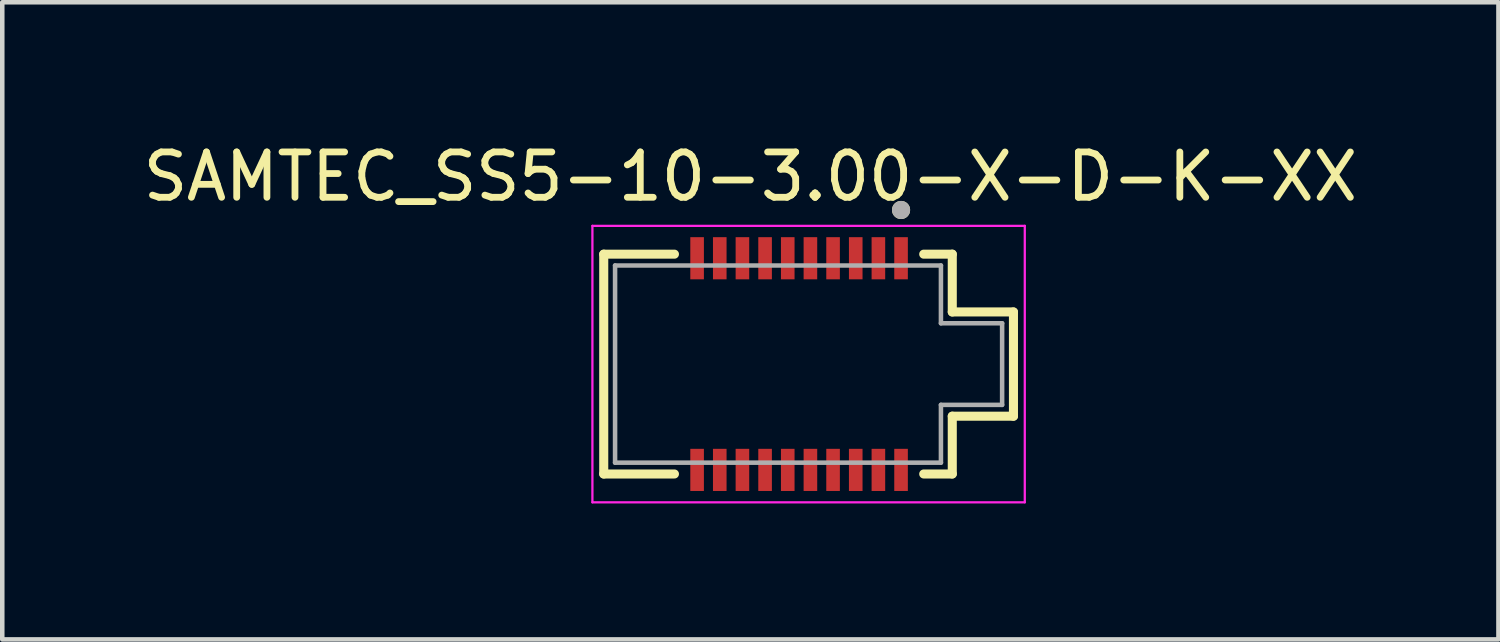
<source format=kicad_pcb>
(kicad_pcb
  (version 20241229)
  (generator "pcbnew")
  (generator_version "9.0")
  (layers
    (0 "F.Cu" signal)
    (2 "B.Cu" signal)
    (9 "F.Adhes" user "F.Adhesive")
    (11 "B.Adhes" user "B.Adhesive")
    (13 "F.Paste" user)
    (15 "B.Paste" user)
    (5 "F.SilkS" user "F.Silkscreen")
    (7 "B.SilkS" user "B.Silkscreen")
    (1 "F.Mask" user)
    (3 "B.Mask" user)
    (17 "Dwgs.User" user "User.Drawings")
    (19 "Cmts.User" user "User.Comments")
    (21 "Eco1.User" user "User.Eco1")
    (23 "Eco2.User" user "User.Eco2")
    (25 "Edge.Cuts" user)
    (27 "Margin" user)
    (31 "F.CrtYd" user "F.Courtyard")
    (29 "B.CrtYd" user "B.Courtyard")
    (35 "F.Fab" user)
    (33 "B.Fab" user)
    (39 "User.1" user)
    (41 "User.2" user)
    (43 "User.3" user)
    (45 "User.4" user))
  (footprint "SAMTEC_SS5-10-3.00-X-D-K-XX"
    (layer "F.Cu")
    (at 14.581 4.983)
    (property "Reference" "SAMTEC_SS5-10-3.00-X-D-K-XX" (at -1.075 -4.135 0) (layer "F.SilkS") (effects (font (size 1 1) (thickness 0.15))))
    (attr through_hole)
    (fp_line (start -4.31 -2.425) (end -2.75 -2.425) (stroke (width 0.2) (type solid)) (layer "F.SilkS"))
    (fp_line (start -4.31 2.425) (end -4.31 -2.425) (stroke (width 0.2) (type solid)) (layer "F.SilkS"))
    (fp_line (start -2.75 2.425) (end -4.31 2.425) (stroke (width 0.2) (type solid)) (layer "F.SilkS"))
    (fp_line (start 2.75 -2.425) (end 3.38 -2.425) (stroke (width 0.2) (type solid)) (layer "F.SilkS"))
    (fp_line (start 3.38 -2.425) (end 3.38 -1.15) (stroke (width 0.2) (type solid)) (layer "F.SilkS"))
    (fp_line (start 3.38 -1.15) (end 4.73 -1.15) (stroke (width 0.2) (type solid)) (layer "F.SilkS"))
    (fp_line (start 3.38 1.15) (end 3.38 2.425) (stroke (width 0.2) (type solid)) (layer "F.SilkS"))
    (fp_line (start 3.38 2.425) (end 2.75 2.425) (stroke (width 0.2) (type solid)) (layer "F.SilkS"))
    (fp_line (start 4.73 -1.15) (end 4.73 1.15) (stroke (width 0.2) (type solid)) (layer "F.SilkS"))
    (fp_line (start 4.73 1.15) (end 3.38 1.15) (stroke (width 0.2) (type solid)) (layer "F.SilkS"))
    (fp_circle (center 2.25 -3.4) (end 2.35 -3.4) (stroke (width 0.2) (type solid)) (fill no) (layer "F.SilkS"))
    (fp_line (start -4.56 -3.05) (end 4.98 -3.05) (stroke (width 0.05) (type solid)) (layer "F.CrtYd"))
    (fp_line (start -4.56 3.05) (end -4.56 -3.05) (stroke (width 0.05) (type solid)) (layer "F.CrtYd"))
    (fp_line (start 4.98 -3.05) (end 4.98 3.05) (stroke (width 0.05) (type solid)) (layer "F.CrtYd"))
    (fp_line (start 4.98 3.05) (end -4.56 3.05) (stroke (width 0.05) (type solid)) (layer "F.CrtYd"))
    (fp_line (start -4.06 -2.175) (end 3.13 -2.175) (stroke (width 0.1) (type solid)) (layer "F.Fab"))
    (fp_line (start -4.06 2.175) (end -4.06 -2.175) (stroke (width 0.1) (type solid)) (layer "F.Fab"))
    (fp_line (start 3.13 -2.175) (end 3.13 -0.9) (stroke (width 0.1) (type solid)) (layer "F.Fab"))
    (fp_line (start 3.13 -0.9) (end 4.48 -0.9) (stroke (width 0.1) (type solid)) (layer "F.Fab"))
    (fp_line (start 3.13 0.9) (end 3.13 2.175) (stroke (width 0.1) (type solid)) (layer "F.Fab"))
    (fp_line (start 3.13 2.175) (end -4.06 2.175) (stroke (width 0.1) (type solid)) (layer "F.Fab"))
    (fp_line (start 4.48 -0.9) (end 4.48 0.9) (stroke (width 0.1) (type solid)) (layer "F.Fab"))
    (fp_line (start 4.48 0.9) (end 3.13 0.9) (stroke (width 0.1) (type solid)) (layer "F.Fab"))
    (fp_circle (center 2.25 -3.4) (end 2.35 -3.4) (stroke (width 0.2) (type solid)) (fill no) (layer "F.Fab"))
    (pad "01" smd rect (at 2.25 -2.335) (size 0.3 0.93) (layers "F.Cu" "F.Mask" "F.Paste"))
    (pad "02" smd rect (at 2.25 2.335) (size 0.3 0.93) (layers "F.Cu" "F.Mask" "F.Paste"))
    (pad "03" smd rect (at 1.75 -2.335) (size 0.3 0.93) (layers "F.Cu" "F.Mask" "F.Paste"))
    (pad "04" smd rect (at 1.75 2.335) (size 0.3 0.93) (layers "F.Cu" "F.Mask" "F.Paste"))
    (pad "05" smd rect (at 1.25 -2.335) (size 0.3 0.93) (layers "F.Cu" "F.Mask" "F.Paste"))
    (pad "06" smd rect (at 1.25 2.335) (size 0.3 0.93) (layers "F.Cu" "F.Mask" "F.Paste"))
    (pad "07" smd rect (at 0.75 -2.335) (size 0.3 0.93) (layers "F.Cu" "F.Mask" "F.Paste"))
    (pad "08" smd rect (at 0.75 2.335) (size 0.3 0.93) (layers "F.Cu" "F.Mask" "F.Paste"))
    (pad "09" smd rect (at 0.25 -2.335) (size 0.3 0.93) (layers "F.Cu" "F.Mask" "F.Paste"))
    (pad "10" smd rect (at 0.25 2.335) (size 0.3 0.93) (layers "F.Cu" "F.Mask" "F.Paste"))
    (pad "11" smd rect (at -0.25 -2.335) (size 0.3 0.93) (layers "F.Cu" "F.Mask" "F.Paste"))
    (pad "12" smd rect (at -0.25 2.335) (size 0.3 0.93) (layers "F.Cu" "F.Mask" "F.Paste"))
    (pad "13" smd rect (at -0.75 -2.335) (size 0.3 0.93) (layers "F.Cu" "F.Mask" "F.Paste"))
    (pad "14" smd rect (at -0.75 2.335) (size 0.3 0.93) (layers "F.Cu" "F.Mask" "F.Paste"))
    (pad "15" smd rect (at -1.25 -2.335) (size 0.3 0.93) (layers "F.Cu" "F.Mask" "F.Paste"))
    (pad "16" smd rect (at -1.25 2.335) (size 0.3 0.93) (layers "F.Cu" "F.Mask" "F.Paste"))
    (pad "17" smd rect (at -1.75 -2.335) (size 0.3 0.93) (layers "F.Cu" "F.Mask" "F.Paste"))
    (pad "18" smd rect (at -1.75 2.335) (size 0.3 0.93) (layers "F.Cu" "F.Mask" "F.Paste"))
    (pad "19" smd rect (at -2.25 -2.335) (size 0.3 0.93) (layers "F.Cu" "F.Mask" "F.Paste"))
    (pad "20" smd rect (at -2.25 2.335) (size 0.3 0.93) (layers "F.Cu" "F.Mask" "F.Paste"))
    (zone (net_name "") (layer "F.Cu") (hatch full 0.508) (connect_pads) (min_thickness 0.01) (filled_areas_thickness no) (keepout (tracks not_allowed) (vias not_allowed) (pads not_allowed) (copperpour not_allowed) (footprints allowed)) (placement (enabled no)) (fill) (polygon (pts (xy 12.181 3.113) (xy 16.981 3.113) (xy 16.981 6.853) (xy 12.181 6.853))))
    (zone (net_name "") (layers "F.Cu" "B.Cu") (hatch full 0.508) (connect_pads) (min_thickness 0.01) (filled_areas_thickness no) (keepout (tracks allowed) (vias not_allowed) (pads allowed) (copperpour allowed) (footprints allowed)) (placement (enabled no)) (fill) (polygon (pts (xy 12.181 3.113) (xy 16.981 3.113) (xy 16.981 6.853) (xy 12.181 6.853)))))
  (gr_rect
    (start -3 -3)
    (end 30.012 11.058)
    (stroke (width 0.1) (type default))
    (fill no)
    (layer "Edge.Cuts")))
</source>
